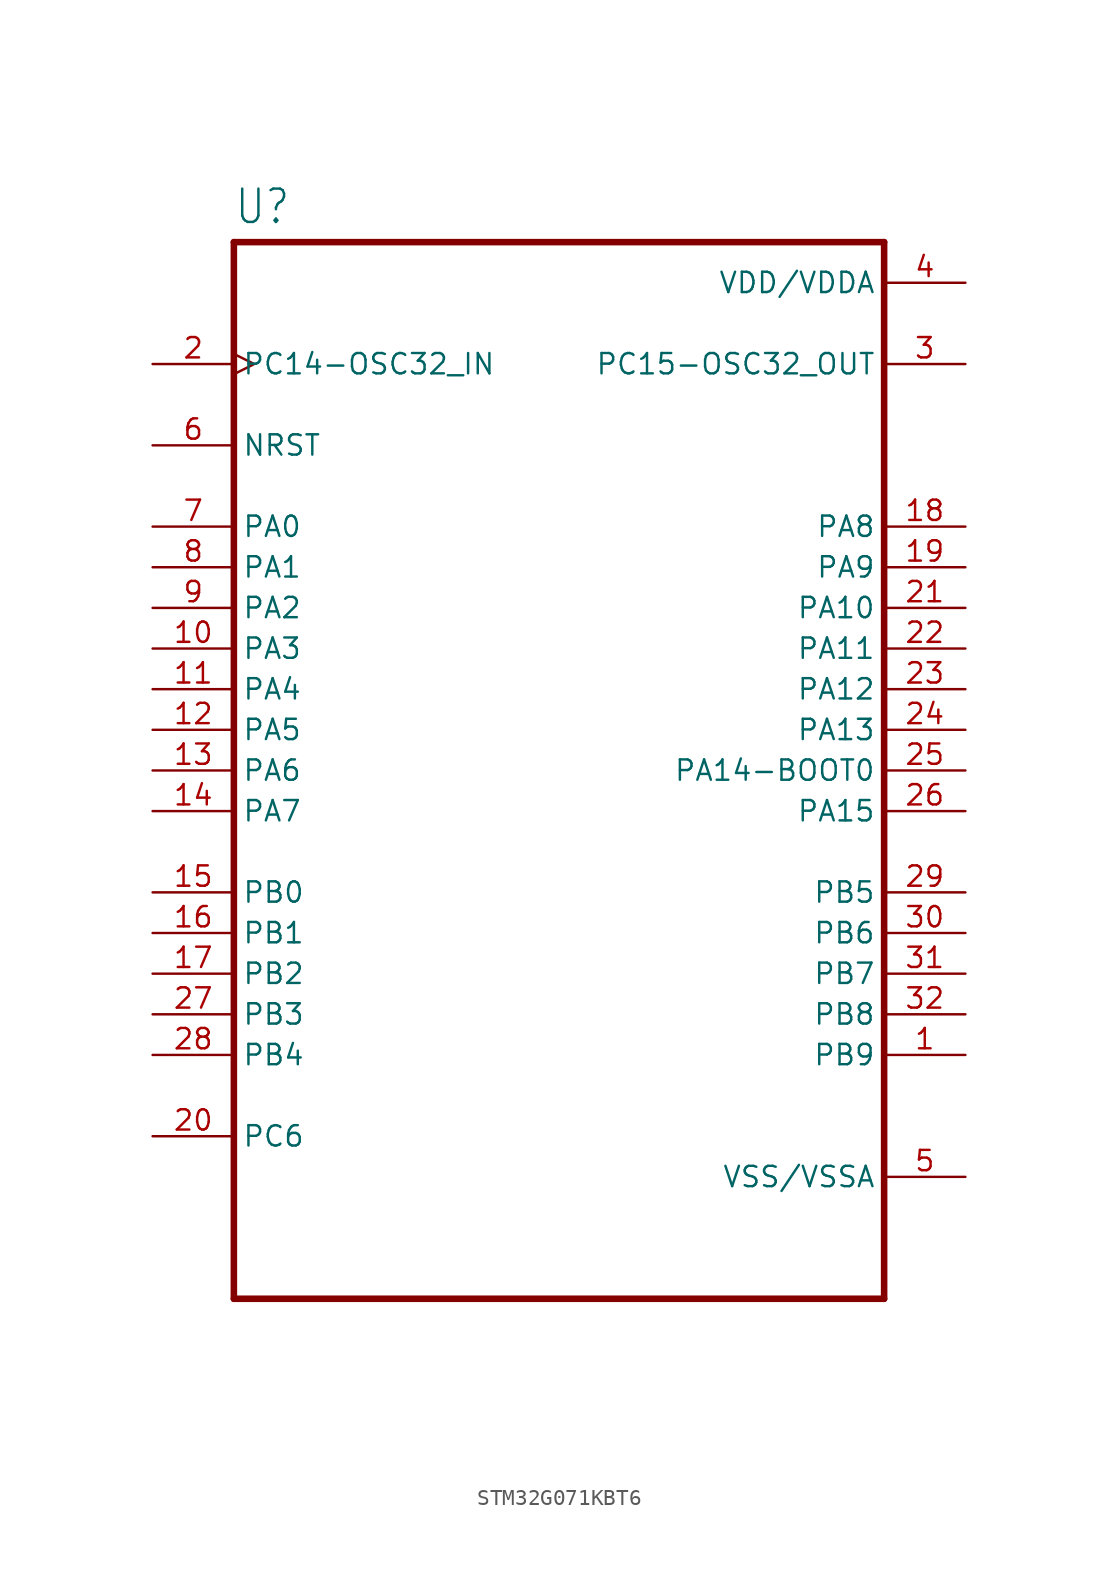
<source format=kicad_sym>
(kicad_symbol_lib
  (version 20231120)
  (generator "kicad_symbol_editor")
  (generator_version "8.0")
  (symbol "STM32G071KBT6"
    (property "Reference" "U"
      (at -20.32 34.02 0)
      (effects (font (size 2.083 1.77)) (justify left bottom)))
    (property "Value" ""
      (at -20.32 -37.02 0)
      (effects (font (size 2.083 1.77)) (justify left bottom)))
    (property "ki_locked" ""
      (at 0 0 0)
      (effects (font (size 1.27 1.27))))
    (symbol "STM32G071KBT6_1_0"
      (polyline (pts (xy -20.32 -33.02) (xy -20.32 33.02)) (stroke (width 0.41) (type solid)) (fill (type none)))
      (polyline (pts (xy -20.32 33.02) (xy 20.32 33.02)) (stroke (width 0.41) (type solid)) (fill (type none)))
      (polyline (pts (xy 20.32 -33.02) (xy -20.32 -33.02)) (stroke (width 0.41) (type solid)) (fill (type none)))
      (polyline (pts (xy 20.32 33.02) (xy 20.32 -33.02)) (stroke (width 0.41) (type solid)) (fill (type none)))
      (pin bidirectional line (at 25.4 -17.78 180) (length 5.08) (name "PB9" (effects (font (size 1.27 1.27)))) (number "1" (effects (font (size 1.27 1.27)))))
      (pin bidirectional line (at -25.4 7.62 0) (length 5.08) (name "PA3" (effects (font (size 1.27 1.27)))) (number "10" (effects (font (size 1.27 1.27)))))
      (pin bidirectional line (at -25.4 5.08 0) (length 5.08) (name "PA4" (effects (font (size 1.27 1.27)))) (number "11" (effects (font (size 1.27 1.27)))))
      (pin bidirectional line (at -25.4 2.54 0) (length 5.08) (name "PA5" (effects (font (size 1.27 1.27)))) (number "12" (effects (font (size 1.27 1.27)))))
      (pin bidirectional line (at -25.4 0 0) (length 5.08) (name "PA6" (effects (font (size 1.27 1.27)))) (number "13" (effects (font (size 1.27 1.27)))))
      (pin bidirectional line (at -25.4 -2.54 0) (length 5.08) (name "PA7" (effects (font (size 1.27 1.27)))) (number "14" (effects (font (size 1.27 1.27)))))
      (pin bidirectional line (at -25.4 -7.62 0) (length 5.08) (name "PB0" (effects (font (size 1.27 1.27)))) (number "15" (effects (font (size 1.27 1.27)))))
      (pin bidirectional line (at -25.4 -10.16 0) (length 5.08) (name "PB1" (effects (font (size 1.27 1.27)))) (number "16" (effects (font (size 1.27 1.27)))))
      (pin bidirectional line (at -25.4 -12.7 0) (length 5.08) (name "PB2" (effects (font (size 1.27 1.27)))) (number "17" (effects (font (size 1.27 1.27)))))
      (pin bidirectional line (at 25.4 15.24 180) (length 5.08) (name "PA8" (effects (font (size 1.27 1.27)))) (number "18" (effects (font (size 1.27 1.27)))))
      (pin bidirectional line (at 25.4 12.7 180) (length 5.08) (name "PA9" (effects (font (size 1.27 1.27)))) (number "19" (effects (font (size 1.27 1.27)))))
      (pin input clock (at -25.4 25.4 0) (length 5.08) (name "PC14-OSC32_IN" (effects (font (size 1.27 1.27)))) (number "2" (effects (font (size 1.27 1.27)))))
      (pin bidirectional line (at -25.4 -22.86 0) (length 5.08) (name "PC6" (effects (font (size 1.27 1.27)))) (number "20" (effects (font (size 1.27 1.27)))))
      (pin bidirectional line (at 25.4 10.16 180) (length 5.08) (name "PA10" (effects (font (size 1.27 1.27)))) (number "21" (effects (font (size 1.27 1.27)))))
      (pin bidirectional line (at 25.4 7.62 180) (length 5.08) (name "PA11" (effects (font (size 1.27 1.27)))) (number "22" (effects (font (size 1.27 1.27)))))
      (pin bidirectional line (at 25.4 5.08 180) (length 5.08) (name "PA12" (effects (font (size 1.27 1.27)))) (number "23" (effects (font (size 1.27 1.27)))))
      (pin bidirectional line (at 25.4 2.54 180) (length 5.08) (name "PA13" (effects (font (size 1.27 1.27)))) (number "24" (effects (font (size 1.27 1.27)))))
      (pin bidirectional line (at 25.4 0 180) (length 5.08) (name "PA14-BOOT0" (effects (font (size 1.27 1.27)))) (number "25" (effects (font (size 1.27 1.27)))))
      (pin bidirectional line (at 25.4 -2.54 180) (length 5.08) (name "PA15" (effects (font (size 1.27 1.27)))) (number "26" (effects (font (size 1.27 1.27)))))
      (pin bidirectional line (at -25.4 -15.24 0) (length 5.08) (name "PB3" (effects (font (size 1.27 1.27)))) (number "27" (effects (font (size 1.27 1.27)))))
      (pin bidirectional line (at -25.4 -17.78 0) (length 5.08) (name "PB4" (effects (font (size 1.27 1.27)))) (number "28" (effects (font (size 1.27 1.27)))))
      (pin bidirectional line (at 25.4 -7.62 180) (length 5.08) (name "PB5" (effects (font (size 1.27 1.27)))) (number "29" (effects (font (size 1.27 1.27)))))
      (pin output line (at 25.4 25.4 180) (length 5.08) (name "PC15-OSC32_OUT" (effects (font (size 1.27 1.27)))) (number "3" (effects (font (size 1.27 1.27)))))
      (pin bidirectional line (at 25.4 -10.16 180) (length 5.08) (name "PB6" (effects (font (size 1.27 1.27)))) (number "30" (effects (font (size 1.27 1.27)))))
      (pin bidirectional line (at 25.4 -12.7 180) (length 5.08) (name "PB7" (effects (font (size 1.27 1.27)))) (number "31" (effects (font (size 1.27 1.27)))))
      (pin bidirectional line (at 25.4 -15.24 180) (length 5.08) (name "PB8" (effects (font (size 1.27 1.27)))) (number "32" (effects (font (size 1.27 1.27)))))
      (pin power_in line (at 25.4 30.48 180) (length 5.08) (name "VDD/VDDA" (effects (font (size 1.27 1.27)))) (number "4" (effects (font (size 1.27 1.27)))))
      (pin power_in line (at 25.4 -25.4 180) (length 5.08) (name "VSS/VSSA" (effects (font (size 1.27 1.27)))) (number "5" (effects (font (size 1.27 1.27)))))
      (pin bidirectional line (at -25.4 20.32 0) (length 5.08) (name "NRST" (effects (font (size 1.27 1.27)))) (number "6" (effects (font (size 1.27 1.27)))))
      (pin bidirectional line (at -25.4 15.24 0) (length 5.08) (name "PA0" (effects (font (size 1.27 1.27)))) (number "7" (effects (font (size 1.27 1.27)))))
      (pin bidirectional line (at -25.4 12.7 0) (length 5.08) (name "PA1" (effects (font (size 1.27 1.27)))) (number "8" (effects (font (size 1.27 1.27)))))
      (pin bidirectional line (at -25.4 10.16 0) (length 5.08) (name "PA2" (effects (font (size 1.27 1.27)))) (number "9" (effects (font (size 1.27 1.27))))))))
</source>
